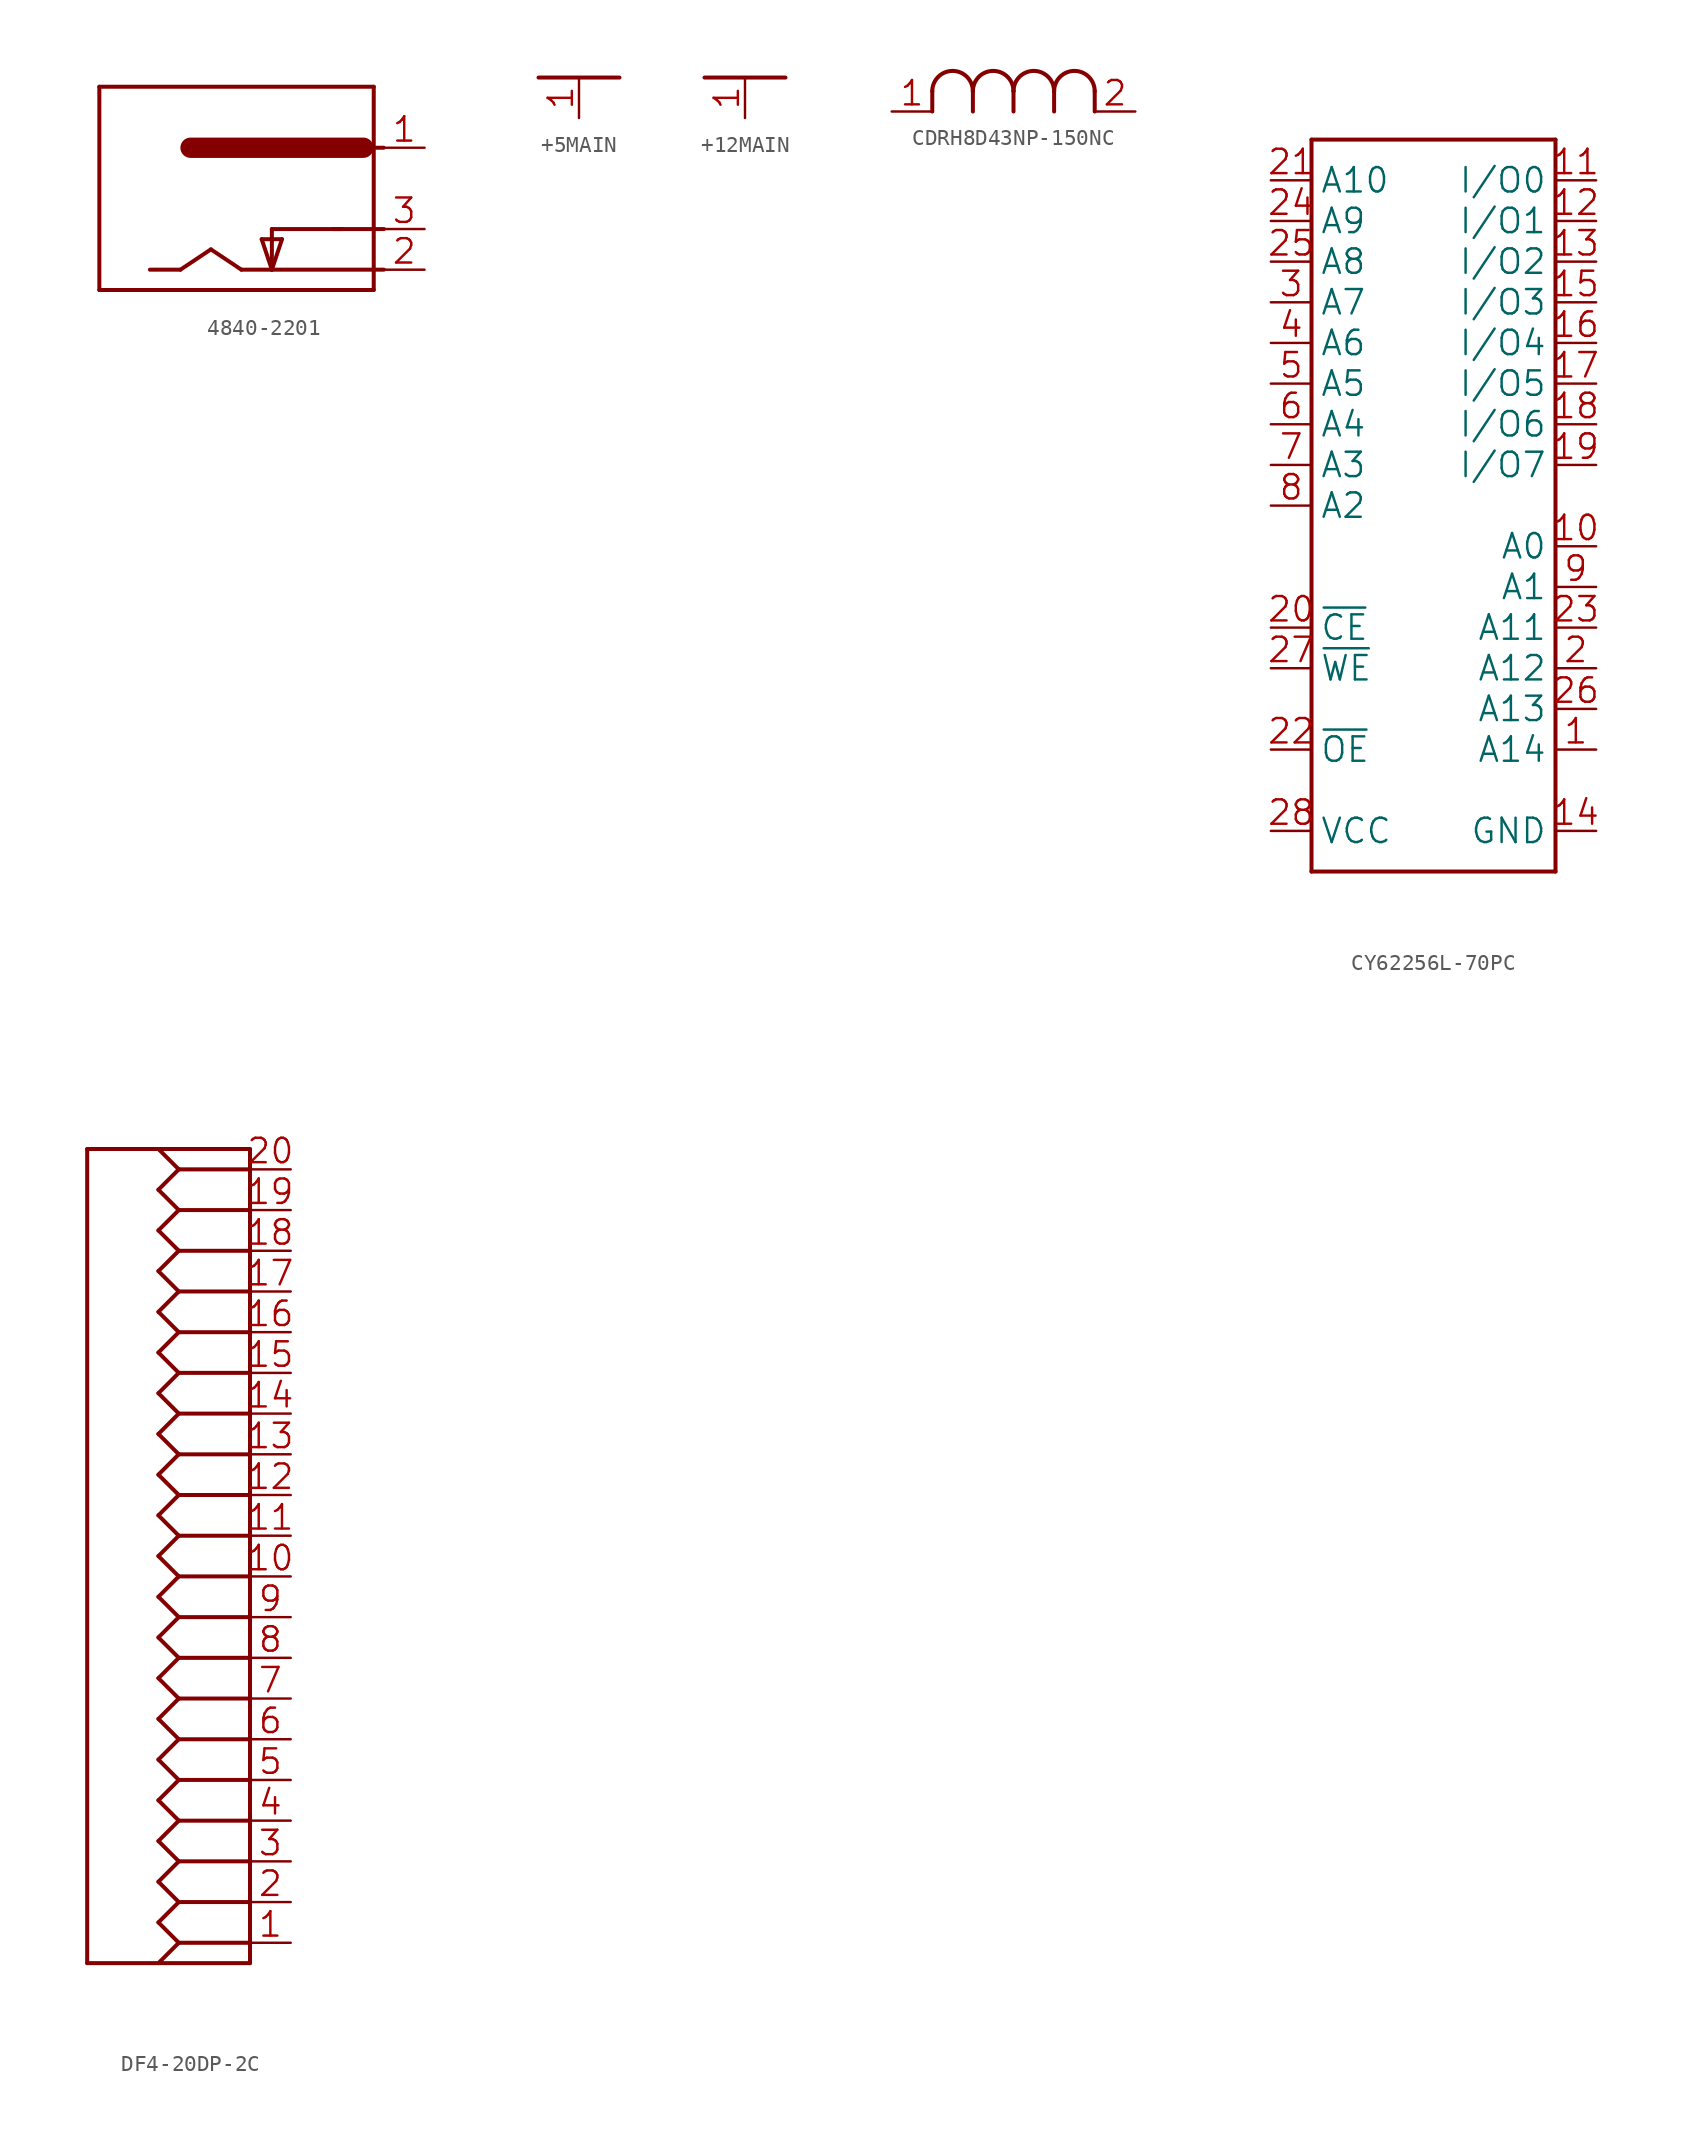
<source format=kicad_sym>
(kicad_symbol_lib
  (version 20241209)
  (generator "kicad_symbol_editor")
  (generator_version "9.0")
  (symbol "4840-2201"
    (property "Reference" "J"
      (at 0 0 0)
      (effects (font (size 1.27 1.27)) (hide yes)))
    (property "ki_locked" ""
      (at 0 0 0)
      (effects (font (size 1.27 1.27))))
    (symbol "4840-2201_1_0"
      (polyline (pts (xy -8.89 6.35) (xy 8.255 6.35)) (stroke (width 0.25) (type solid)) (fill (type none)))
      (polyline (pts (xy -8.89 -6.35) (xy -8.89 6.35)) (stroke (width 0.25) (type solid)) (fill (type none)))
      (polyline (pts (xy -3.826 -5.08) (xy -5.731 -5.08)) (stroke (width 0.25) (type solid)) (fill (type none)))
      (polyline (pts (xy -1.921 -3.81) (xy -3.826 -5.08)) (stroke (width 0.25) (type solid)) (fill (type none)))
      (polyline (pts (xy -0.016 -5.08) (xy -1.921 -3.81)) (stroke (width 0.25) (type solid)) (fill (type none)))
      (polyline (pts (xy 1.254 -3.175) (xy 2.524 -3.175)) (stroke (width 0.25) (type solid)) (fill (type none)))
      (polyline (pts (xy 1.889 -2.54) (xy 1.889 -5.08)) (stroke (width 0.25) (type solid)) (fill (type none)))
      (polyline (pts (xy 1.889 -5.08) (xy 1.254 -3.175)) (stroke (width 0.25) (type solid)) (fill (type none)))
      (polyline (pts (xy 2.524 -3.175) (xy 1.889 -5.08)) (stroke (width 0.25) (type solid)) (fill (type none)))
      (polyline (pts (xy 6.334 -2.54) (xy 1.889 -2.54)) (stroke (width 0.25) (type solid)) (fill (type none)))
      (polyline (pts (xy 7.604 2.54) (xy -3.191 2.54)) (stroke (width 1.27) (type solid)) (fill (type none)))
      (polyline (pts (xy 8.255 6.35) (xy 8.255 -6.35)) (stroke (width 0.25) (type solid)) (fill (type none)))
      (polyline (pts (xy 8.255 -6.35) (xy -8.89 -6.35)) (stroke (width 0.25) (type solid)) (fill (type none)))
      (polyline (pts (xy 8.874 2.54) (xy 8.239 2.54)) (stroke (width 0.25) (type solid)) (fill (type none)))
      (polyline (pts (xy 8.89 -2.54) (xy 5.699 -2.54)) (stroke (width 0.25) (type solid)) (fill (type none)))
      (polyline (pts (xy 8.89 -5.08) (xy -0.016 -5.08)) (stroke (width 0.25) (type solid)) (fill (type none)))
      (pin power_in line (at 11.43 2.54 180) (length 2.54) (name "1" (effects (font (size 0 0)))) (number "1" (effects (font (size 1.524 1.524)))))
      (pin power_in line (at 11.43 -2.54 180) (length 2.54) (name "3" (effects (font (size 0 0)))) (number "3" (effects (font (size 1.524 1.524)))))
      (pin power_in line (at 11.43 -5.08 180) (length 2.54) (name "2" (effects (font (size 0 0)))) (number "2" (effects (font (size 1.524 1.524)))))))
  (symbol "+5MAIN"
    (power)
    (property "Reference" "#NetPort"
      (at 0 0 0)
      (effects (font (size 1.27 1.27)) (hide yes)))
    (property "ki_locked" ""
      (at 0 0 0)
      (effects (font (size 1.27 1.27))))
    (symbol "+5MAIN_1_0"
      (polyline (pts (xy -2.54 0) (xy 2.54 0)) (stroke (width 0.25) (type solid)) (fill (type none)))
      (pin power_in line (at 0 -2.54 90) (length 2.54) (name "VCC" (effects (font (size 0 0)))) (number "1" (effects (font (size 1.524 1.524)))))))
  (symbol "+12MAIN"
    (power)
    (property "Reference" "#NetPort"
      (at 0 0 0)
      (effects (font (size 1.27 1.27)) (hide yes)))
    (property "ki_locked" ""
      (at 0 0 0)
      (effects (font (size 1.27 1.27))))
    (symbol "+12MAIN_1_0"
      (polyline (pts (xy -2.54 0) (xy 2.54 0)) (stroke (width 0.25) (type solid)) (fill (type none)))
      (pin power_in line (at 0 -2.54 90) (length 2.54) (name "VCC" (effects (font (size 0 0)))) (number "1" (effects (font (size 1.524 1.524)))))))
  (symbol "CDRH8D43NP-150NC"
    (property "Reference" "L"
      (at 0 0 0)
      (effects (font (size 1.27 1.27)) (hide yes)))
    (property "ki_locked" ""
      (at 0 0 0)
      (effects (font (size 1.27 1.27))))
    (symbol "CDRH8D43NP-150NC_1_0"
      (polyline (pts (xy -5.08 -1.27) (xy -5.08 0)) (stroke (width 0.25) (type solid)) (fill (type none)))
      (arc (start -5.08 -0.0001) (mid -3.81 1.2701) (end -2.54 0) (stroke (width 0.254) (type solid)) (fill (type none)))
      (polyline (pts (xy -2.54 -1.27) (xy -2.54 0)) (stroke (width 0.25) (type solid)) (fill (type none)))
      (arc (start -2.54 -0.0001) (mid -1.27 1.2701) (end 0 0) (stroke (width 0.254) (type solid)) (fill (type none)))
      (polyline (pts (xy 0 -1.27) (xy 0 0)) (stroke (width 0.25) (type solid)) (fill (type none)))
      (arc (start 0 -0.0001) (mid 1.27 1.2701) (end 2.54 0) (stroke (width 0.254) (type solid)) (fill (type none)))
      (polyline (pts (xy 2.54 -1.27) (xy 2.54 0)) (stroke (width 0.25) (type solid)) (fill (type none)))
      (arc (start 2.54 -0.0001) (mid 3.81 1.2701) (end 5.08 0) (stroke (width 0.254) (type solid)) (fill (type none)))
      (polyline (pts (xy 5.08 -1.27) (xy 5.08 0)) (stroke (width 0.25) (type solid)) (fill (type none)))
      (pin passive line (at -7.62 -1.27 0) (length 2.54) (name "1" (effects (font (size 0 0)))) (number "1" (effects (font (size 1.524 1.524)))))
      (pin passive line (at 7.62 -1.27 180) (length 2.54) (name "2" (effects (font (size 0 0)))) (number "2" (effects (font (size 1.524 1.524)))))))
  (symbol "CY62256L-70PC"
    (property "Reference" "U"
      (at 0 0 0)
      (effects (font (size 1.27 1.27)) (hide yes)))
    (property "ki_locked" ""
      (at 0 0 0)
      (effects (font (size 1.27 1.27))))
    (symbol "CY62256L-70PC_1_0"
      (polyline (pts (xy -7.62 22.86) (xy 7.62 22.86)) (stroke (width 0.25) (type solid)) (fill (type none)))
      (polyline (pts (xy -7.62 -22.86) (xy -7.62 22.86)) (stroke (width 0.25) (type solid)) (fill (type none)))
      (polyline (pts (xy -7.62 -22.86) (xy 7.62 -22.86)) (stroke (width 0.25) (type solid)) (fill (type none)))
      (polyline (pts (xy 7.62 22.86) (xy 7.62 -22.86)) (stroke (width 0.25) (type solid)) (fill (type none)))
      (pin input line (at -10.16 20.32 0) (length 2.54) (name "A10" (effects (font (size 1.524 1.524)))) (number "21" (effects (font (size 1.524 1.524)))))
      (pin input line (at -10.16 17.78 0) (length 2.54) (name "A9" (effects (font (size 1.524 1.524)))) (number "24" (effects (font (size 1.524 1.524)))))
      (pin input line (at -10.16 15.24 0) (length 2.54) (name "A8" (effects (font (size 1.524 1.524)))) (number "25" (effects (font (size 1.524 1.524)))))
      (pin input line (at -10.16 12.7 0) (length 2.54) (name "A7" (effects (font (size 1.524 1.524)))) (number "3" (effects (font (size 1.524 1.524)))))
      (pin input line (at -10.16 10.16 0) (length 2.54) (name "A6" (effects (font (size 1.524 1.524)))) (number "4" (effects (font (size 1.524 1.524)))))
      (pin input line (at -10.16 7.62 0) (length 2.54) (name "A5" (effects (font (size 1.524 1.524)))) (number "5" (effects (font (size 1.524 1.524)))))
      (pin input line (at -10.16 5.08 0) (length 2.54) (name "A4" (effects (font (size 1.524 1.524)))) (number "6" (effects (font (size 1.524 1.524)))))
      (pin input line (at -10.16 2.54 0) (length 2.54) (name "A3" (effects (font (size 1.524 1.524)))) (number "7" (effects (font (size 1.524 1.524)))))
      (pin input line (at -10.16 0 0) (length 2.54) (name "A2" (effects (font (size 1.524 1.524)))) (number "8" (effects (font (size 1.524 1.524)))))
      (pin input line (at -10.16 -7.62 0) (length 2.54) (name "~{CE}" (effects (font (size 1.524 1.524)))) (number "20" (effects (font (size 1.524 1.524)))))
      (pin input line (at -10.16 -10.16 0) (length 2.54) (name "~{WE}" (effects (font (size 1.524 1.524)))) (number "27" (effects (font (size 1.524 1.524)))))
      (pin input line (at -10.16 -15.24 0) (length 2.54) (name "~{OE}" (effects (font (size 1.524 1.524)))) (number "22" (effects (font (size 1.524 1.524)))))
      (pin power_in line (at -10.16 -20.32 0) (length 2.54) (name "VCC" (effects (font (size 1.524 1.524)))) (number "28" (effects (font (size 1.524 1.524)))))
      (pin bidirectional line (at 10.16 20.32 180) (length 2.54) (name "I/O0" (effects (font (size 1.524 1.524)))) (number "11" (effects (font (size 1.524 1.524)))))
      (pin bidirectional line (at 10.16 17.78 180) (length 2.54) (name "I/O1" (effects (font (size 1.524 1.524)))) (number "12" (effects (font (size 1.524 1.524)))))
      (pin bidirectional line (at 10.16 15.24 180) (length 2.54) (name "I/O2" (effects (font (size 1.524 1.524)))) (number "13" (effects (font (size 1.524 1.524)))))
      (pin bidirectional line (at 10.16 12.7 180) (length 2.54) (name "I/O3" (effects (font (size 1.524 1.524)))) (number "15" (effects (font (size 1.524 1.524)))))
      (pin bidirectional line (at 10.16 10.16 180) (length 2.54) (name "I/O4" (effects (font (size 1.524 1.524)))) (number "16" (effects (font (size 1.524 1.524)))))
      (pin bidirectional line (at 10.16 7.62 180) (length 2.54) (name "I/O5" (effects (font (size 1.524 1.524)))) (number "17" (effects (font (size 1.524 1.524)))))
      (pin bidirectional line (at 10.16 5.08 180) (length 2.54) (name "I/O6" (effects (font (size 1.524 1.524)))) (number "18" (effects (font (size 1.524 1.524)))))
      (pin bidirectional line (at 10.16 2.54 180) (length 2.54) (name "I/O7" (effects (font (size 1.524 1.524)))) (number "19" (effects (font (size 1.524 1.524)))))
      (pin input line (at 10.16 -2.54 180) (length 2.54) (name "A0" (effects (font (size 1.524 1.524)))) (number "10" (effects (font (size 1.524 1.524)))))
      (pin input line (at 10.16 -5.08 180) (length 2.54) (name "A1" (effects (font (size 1.524 1.524)))) (number "9" (effects (font (size 1.524 1.524)))))
      (pin input line (at 10.16 -7.62 180) (length 2.54) (name "A11" (effects (font (size 1.524 1.524)))) (number "23" (effects (font (size 1.524 1.524)))))
      (pin input line (at 10.16 -10.16 180) (length 2.54) (name "A12" (effects (font (size 1.524 1.524)))) (number "2" (effects (font (size 1.524 1.524)))))
      (pin input line (at 10.16 -12.7 180) (length 2.54) (name "A13" (effects (font (size 1.524 1.524)))) (number "26" (effects (font (size 1.524 1.524)))))
      (pin input line (at 10.16 -15.24 180) (length 2.54) (name "A14" (effects (font (size 1.524 1.524)))) (number "1" (effects (font (size 1.524 1.524)))))
      (pin power_in line (at 10.16 -20.32 180) (length 2.54) (name "GND" (effects (font (size 1.524 1.524)))) (number "14" (effects (font (size 1.524 1.524)))))))
  (symbol "DF4-20DP-2C"
    (property "Reference" "J"
      (at 0 0 0)
      (effects (font (size 1.27 1.27)) (hide yes)))
    (property "ki_locked" ""
      (at 0 0 0)
      (effects (font (size 1.27 1.27))))
    (symbol "DF4-20DP-2C_1_0"
      (polyline (pts (xy -5.08 25.4) (xy 5.08 25.4)) (stroke (width 0.25) (type solid)) (fill (type none)))
      (polyline (pts (xy -5.08 -25.4) (xy -5.08 25.4)) (stroke (width 0.25) (type solid)) (fill (type none)))
      (polyline (pts (xy -0.635 25.4) (xy 0.635 24.13)) (stroke (width 0.25) (type solid)) (fill (type none)))
      (polyline (pts (xy -0.635 22.86) (xy 0.635 24.13)) (stroke (width 0.25) (type solid)) (fill (type none)))
      (polyline (pts (xy -0.635 22.86) (xy 0.635 21.59)) (stroke (width 0.25) (type solid)) (fill (type none)))
      (polyline (pts (xy -0.635 20.32) (xy 0.635 21.59)) (stroke (width 0.25) (type solid)) (fill (type none)))
      (polyline (pts (xy -0.635 20.32) (xy 0.635 19.05)) (stroke (width 0.25) (type solid)) (fill (type none)))
      (polyline (pts (xy -0.635 17.78) (xy 0.635 19.05)) (stroke (width 0.25) (type solid)) (fill (type none)))
      (polyline (pts (xy -0.635 17.78) (xy 0.635 16.51)) (stroke (width 0.25) (type solid)) (fill (type none)))
      (polyline (pts (xy -0.635 15.24) (xy 0.635 16.51)) (stroke (width 0.25) (type solid)) (fill (type none)))
      (polyline (pts (xy -0.635 15.24) (xy 0.635 13.97)) (stroke (width 0.25) (type solid)) (fill (type none)))
      (polyline (pts (xy -0.635 12.7) (xy 0.635 13.97)) (stroke (width 0.25) (type solid)) (fill (type none)))
      (polyline (pts (xy -0.635 12.7) (xy 0.635 11.43)) (stroke (width 0.25) (type solid)) (fill (type none)))
      (polyline (pts (xy -0.635 10.16) (xy 0.635 11.43)) (stroke (width 0.25) (type solid)) (fill (type none)))
      (polyline (pts (xy -0.635 10.16) (xy 0.635 8.89)) (stroke (width 0.25) (type solid)) (fill (type none)))
      (polyline (pts (xy -0.635 7.62) (xy 0.635 8.89)) (stroke (width 0.25) (type solid)) (fill (type none)))
      (polyline (pts (xy -0.635 7.62) (xy 0.635 6.35)) (stroke (width 0.25) (type solid)) (fill (type none)))
      (polyline (pts (xy -0.635 5.08) (xy 0.635 6.35)) (stroke (width 0.25) (type solid)) (fill (type none)))
      (polyline (pts (xy -0.635 5.08) (xy 0.635 3.81)) (stroke (width 0.25) (type solid)) (fill (type none)))
      (polyline (pts (xy -0.635 2.54) (xy 0.635 3.81)) (stroke (width 0.25) (type solid)) (fill (type none)))
      (polyline (pts (xy -0.635 2.54) (xy 0.635 1.27)) (stroke (width 0.25) (type solid)) (fill (type none)))
      (polyline (pts (xy -0.635 0) (xy 0.635 1.27)) (stroke (width 0.25) (type solid)) (fill (type none)))
      (polyline (pts (xy -0.635 0) (xy 0.635 -1.27)) (stroke (width 0.25) (type solid)) (fill (type none)))
      (polyline (pts (xy -0.635 -2.54) (xy 0.635 -1.27)) (stroke (width 0.25) (type solid)) (fill (type none)))
      (polyline (pts (xy -0.635 -2.54) (xy 0.635 -3.81)) (stroke (width 0.25) (type solid)) (fill (type none)))
      (polyline (pts (xy -0.635 -5.08) (xy 0.635 -3.81)) (stroke (width 0.25) (type solid)) (fill (type none)))
      (polyline (pts (xy -0.635 -5.08) (xy 0.635 -6.35)) (stroke (width 0.25) (type solid)) (fill (type none)))
      (polyline (pts (xy -0.635 -7.62) (xy 0.635 -6.35)) (stroke (width 0.25) (type solid)) (fill (type none)))
      (polyline (pts (xy -0.635 -7.62) (xy 0.635 -8.89)) (stroke (width 0.25) (type solid)) (fill (type none)))
      (polyline (pts (xy -0.635 -10.16) (xy 0.635 -8.89)) (stroke (width 0.25) (type solid)) (fill (type none)))
      (polyline (pts (xy -0.635 -10.16) (xy 0.635 -11.43)) (stroke (width 0.25) (type solid)) (fill (type none)))
      (polyline (pts (xy -0.635 -12.7) (xy 0.635 -11.43)) (stroke (width 0.25) (type solid)) (fill (type none)))
      (polyline (pts (xy -0.635 -12.7) (xy 0.635 -13.97)) (stroke (width 0.25) (type solid)) (fill (type none)))
      (polyline (pts (xy -0.635 -15.24) (xy 0.635 -13.97)) (stroke (width 0.25) (type solid)) (fill (type none)))
      (polyline (pts (xy -0.635 -15.24) (xy 0.635 -16.51)) (stroke (width 0.25) (type solid)) (fill (type none)))
      (polyline (pts (xy -0.635 -17.78) (xy 0.635 -16.51)) (stroke (width 0.25) (type solid)) (fill (type none)))
      (polyline (pts (xy -0.635 -17.78) (xy 0.635 -19.05)) (stroke (width 0.25) (type solid)) (fill (type none)))
      (polyline (pts (xy -0.635 -20.32) (xy 0.635 -19.05)) (stroke (width 0.25) (type solid)) (fill (type none)))
      (polyline (pts (xy -0.635 -20.32) (xy 0.635 -21.59)) (stroke (width 0.25) (type solid)) (fill (type none)))
      (polyline (pts (xy -0.635 -22.86) (xy 0.635 -21.59)) (stroke (width 0.25) (type solid)) (fill (type none)))
      (polyline (pts (xy -0.635 -22.86) (xy 0.635 -24.13)) (stroke (width 0.25) (type solid)) (fill (type none)))
      (polyline (pts (xy -0.635 -25.4) (xy 0.635 -24.13)) (stroke (width 0.25) (type solid)) (fill (type none)))
      (polyline (pts (xy 0.635 24.13) (xy 5.08 24.13)) (stroke (width 0.25) (type solid)) (fill (type none)))
      (polyline (pts (xy 0.635 21.59) (xy 5.08 21.59)) (stroke (width 0.25) (type solid)) (fill (type none)))
      (polyline (pts (xy 0.635 19.05) (xy 5.08 19.05)) (stroke (width 0.25) (type solid)) (fill (type none)))
      (polyline (pts (xy 0.635 16.51) (xy 5.08 16.51)) (stroke (width 0.25) (type solid)) (fill (type none)))
      (polyline (pts (xy 0.635 13.97) (xy 5.08 13.97)) (stroke (width 0.25) (type solid)) (fill (type none)))
      (polyline (pts (xy 0.635 11.43) (xy 5.08 11.43)) (stroke (width 0.25) (type solid)) (fill (type none)))
      (polyline (pts (xy 0.635 8.89) (xy 5.08 8.89)) (stroke (width 0.25) (type solid)) (fill (type none)))
      (polyline (pts (xy 0.635 6.35) (xy 5.08 6.35)) (stroke (width 0.25) (type solid)) (fill (type none)))
      (polyline (pts (xy 0.635 3.81) (xy 5.08 3.81)) (stroke (width 0.25) (type solid)) (fill (type none)))
      (polyline (pts (xy 0.635 1.27) (xy 5.08 1.27)) (stroke (width 0.25) (type solid)) (fill (type none)))
      (polyline (pts (xy 0.635 -1.27) (xy 5.08 -1.27)) (stroke (width 0.25) (type solid)) (fill (type none)))
      (polyline (pts (xy 0.635 -3.81) (xy 5.08 -3.81)) (stroke (width 0.25) (type solid)) (fill (type none)))
      (polyline (pts (xy 0.635 -6.35) (xy 5.08 -6.35)) (stroke (width 0.25) (type solid)) (fill (type none)))
      (polyline (pts (xy 0.635 -8.89) (xy 5.08 -8.89)) (stroke (width 0.25) (type solid)) (fill (type none)))
      (polyline (pts (xy 0.635 -11.43) (xy 5.08 -11.43)) (stroke (width 0.25) (type solid)) (fill (type none)))
      (polyline (pts (xy 0.635 -13.97) (xy 5.08 -13.97)) (stroke (width 0.25) (type solid)) (fill (type none)))
      (polyline (pts (xy 0.635 -16.51) (xy 5.08 -16.51)) (stroke (width 0.25) (type solid)) (fill (type none)))
      (polyline (pts (xy 0.635 -19.05) (xy 5.08 -19.05)) (stroke (width 0.25) (type solid)) (fill (type none)))
      (polyline (pts (xy 0.635 -21.59) (xy 5.08 -21.59)) (stroke (width 0.25) (type solid)) (fill (type none)))
      (polyline (pts (xy 0.635 -24.13) (xy 5.08 -24.13)) (stroke (width 0.25) (type solid)) (fill (type none)))
      (polyline (pts (xy 5.08 25.4) (xy 5.08 -25.4)) (stroke (width 0.25) (type solid)) (fill (type none)))
      (polyline (pts (xy 5.08 -25.4) (xy -5.08 -25.4)) (stroke (width 0.25) (type solid)) (fill (type none)))
      (pin passive line (at 7.62 24.13 180) (length 2.54) (name "20" (effects (font (size 0 0)))) (number "20" (effects (font (size 1.524 1.524)))))
      (pin passive line (at 7.62 21.59 180) (length 2.54) (name "19" (effects (font (size 0 0)))) (number "19" (effects (font (size 1.524 1.524)))))
      (pin passive line (at 7.62 19.05 180) (length 2.54) (name "18" (effects (font (size 0 0)))) (number "18" (effects (font (size 1.524 1.524)))))
      (pin passive line (at 7.62 16.51 180) (length 2.54) (name "17" (effects (font (size 0 0)))) (number "17" (effects (font (size 1.524 1.524)))))
      (pin passive line (at 7.62 13.97 180) (length 2.54) (name "16" (effects (font (size 0 0)))) (number "16" (effects (font (size 1.524 1.524)))))
      (pin passive line (at 7.62 11.43 180) (length 2.54) (name "15" (effects (font (size 0 0)))) (number "15" (effects (font (size 1.524 1.524)))))
      (pin passive line (at 7.62 8.89 180) (length 2.54) (name "14" (effects (font (size 0 0)))) (number "14" (effects (font (size 1.524 1.524)))))
      (pin passive line (at 7.62 6.35 180) (length 2.54) (name "13" (effects (font (size 0 0)))) (number "13" (effects (font (size 1.524 1.524)))))
      (pin passive line (at 7.62 3.81 180) (length 2.54) (name "12" (effects (font (size 0 0)))) (number "12" (effects (font (size 1.524 1.524)))))
      (pin passive line (at 7.62 1.27 180) (length 2.54) (name "11" (effects (font (size 0 0)))) (number "11" (effects (font (size 1.524 1.524)))))
      (pin passive line (at 7.62 -1.27 180) (length 2.54) (name "10" (effects (font (size 0 0)))) (number "10" (effects (font (size 1.524 1.524)))))
      (pin passive line (at 7.62 -3.81 180) (length 2.54) (name "9" (effects (font (size 0 0)))) (number "9" (effects (font (size 1.524 1.524)))))
      (pin passive line (at 7.62 -6.35 180) (length 2.54) (name "8" (effects (font (size 0 0)))) (number "8" (effects (font (size 1.524 1.524)))))
      (pin passive line (at 7.62 -8.89 180) (length 2.54) (name "7" (effects (font (size 0 0)))) (number "7" (effects (font (size 1.524 1.524)))))
      (pin passive line (at 7.62 -11.43 180) (length 2.54) (name "6" (effects (font (size 0 0)))) (number "6" (effects (font (size 1.524 1.524)))))
      (pin passive line (at 7.62 -13.97 180) (length 2.54) (name "5" (effects (font (size 0 0)))) (number "5" (effects (font (size 1.524 1.524)))))
      (pin passive line (at 7.62 -16.51 180) (length 2.54) (name "4" (effects (font (size 0 0)))) (number "4" (effects (font (size 1.524 1.524)))))
      (pin passive line (at 7.62 -19.05 180) (length 2.54) (name "3" (effects (font (size 0 0)))) (number "3" (effects (font (size 1.524 1.524)))))
      (pin passive line (at 7.62 -21.59 180) (length 2.54) (name "2" (effects (font (size 0 0)))) (number "2" (effects (font (size 1.524 1.524)))))
      (pin passive line (at 7.62 -24.13 180) (length 2.54) (name "1" (effects (font (size 0 0)))) (number "1" (effects (font (size 1.524 1.524))))))))
</source>
